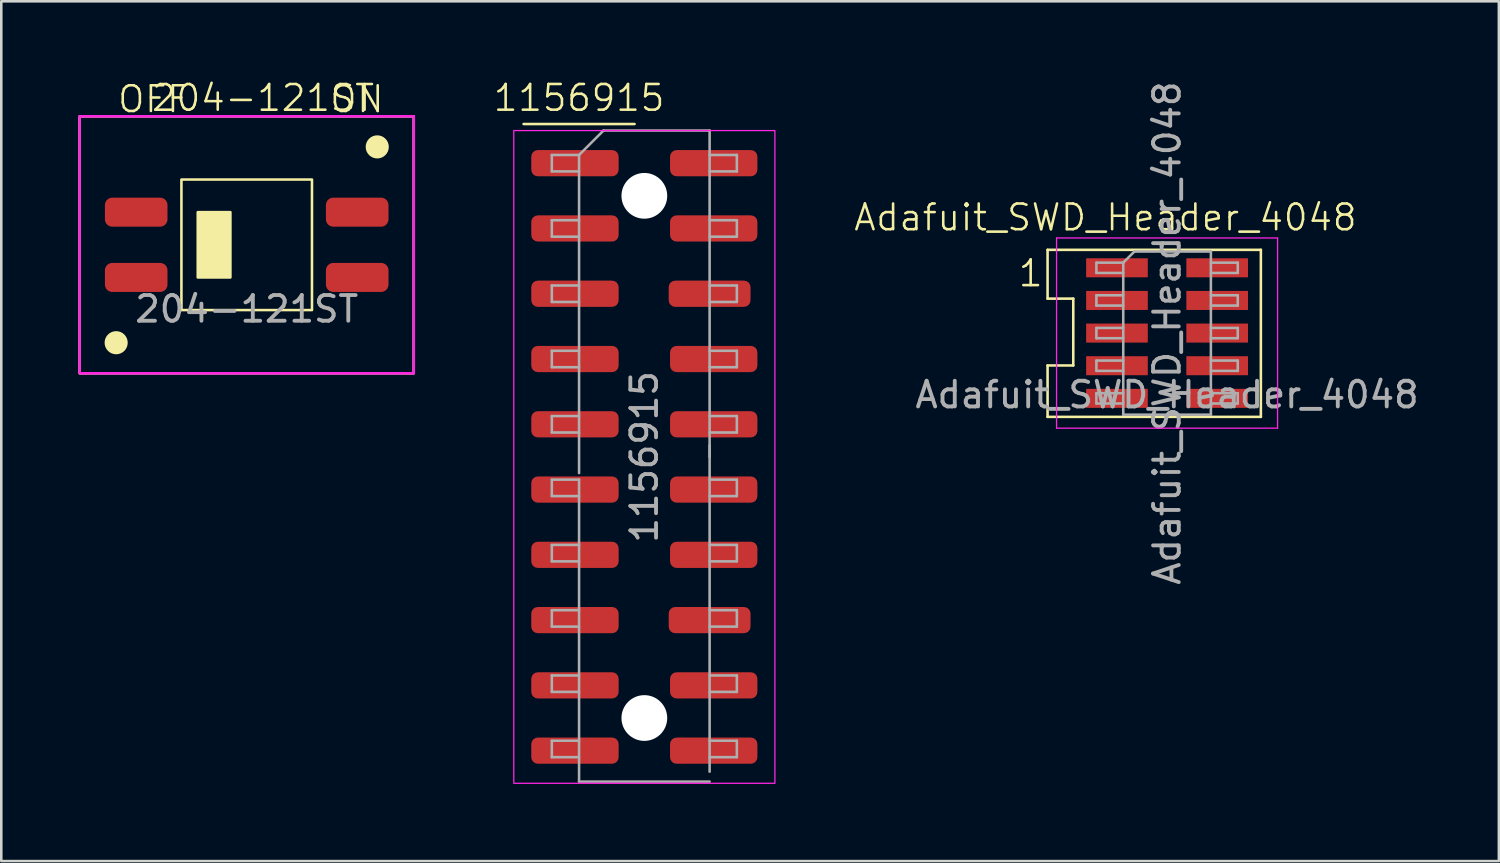
<source format=kicad_pcb>
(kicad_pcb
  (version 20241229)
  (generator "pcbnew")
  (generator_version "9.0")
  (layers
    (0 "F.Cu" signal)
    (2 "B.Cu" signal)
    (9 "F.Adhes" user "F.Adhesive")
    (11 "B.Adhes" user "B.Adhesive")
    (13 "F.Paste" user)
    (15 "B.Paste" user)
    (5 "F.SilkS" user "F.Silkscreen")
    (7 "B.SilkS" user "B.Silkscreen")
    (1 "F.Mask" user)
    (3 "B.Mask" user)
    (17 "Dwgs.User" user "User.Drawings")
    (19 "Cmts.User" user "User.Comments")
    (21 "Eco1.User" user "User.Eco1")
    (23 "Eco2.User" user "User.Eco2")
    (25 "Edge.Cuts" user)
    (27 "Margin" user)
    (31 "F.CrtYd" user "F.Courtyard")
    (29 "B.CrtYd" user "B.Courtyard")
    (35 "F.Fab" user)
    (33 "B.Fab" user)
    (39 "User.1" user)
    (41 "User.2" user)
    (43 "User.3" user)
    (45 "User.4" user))
  (footprint "Adafuit_SWD_Header_4048"
    (layer "F.Cu")
    (at 40.414 7.371)
    (property "Reference" "Adafuit_SWD_Header_4048" (at -0.45 -1.96 0) (unlocked yes) (layer "F.SilkS") (effects (font (size 1 1) (thickness 0.1))))
    (attr smd)
    (fp_line (start -2.7 -0.7) (end -2.7 1.2) (stroke (width 0.1) (type default)) (layer "F.SilkS"))
    (fp_line (start -2.7 -0.7) (end 5.6 -0.7) (stroke (width 0.1) (type solid)) (layer "F.SilkS"))
    (fp_line (start -2.7 1.2) (end -1.7 1.2) (stroke (width 0.1) (type default)) (layer "F.SilkS"))
    (fp_line (start -2.7 3.8) (end -2.7 5.8) (stroke (width 0.1) (type default)) (layer "F.SilkS"))
    (fp_line (start -2.7 5.8) (end 5.6 5.8) (stroke (width 0.1) (type default)) (layer "F.SilkS"))
    (fp_line (start -1.7 1.2) (end -1.7 3.8) (stroke (width 0.1) (type default)) (layer "F.SilkS"))
    (fp_line (start -1.7 3.8) (end -2.7 3.8) (stroke (width 0.1) (type default)) (layer "F.SilkS"))
    (fp_line (start 5.6 -0.7) (end 5.6 5.8) (stroke (width 0.1) (type default)) (layer "F.SilkS"))
    (fp_line (start -2.35 -1.16) (end -2.35 6.24) (stroke (width 0.05) (type solid)) (layer "F.CrtYd"))
    (fp_line (start -2.35 6.24) (end 6.25 6.24) (stroke (width 0.05) (type solid)) (layer "F.CrtYd"))
    (fp_line (start 6.25 -1.16) (end -2.35 -1.16) (stroke (width 0.05) (type solid)) (layer "F.CrtYd"))
    (fp_line (start 6.25 6.24) (end 6.25 -1.16) (stroke (width 0.05) (type solid)) (layer "F.CrtYd"))
    (fp_line (start -0.8 -0.2) (end -0.8 0.2) (stroke (width 0.1) (type solid)) (layer "F.Fab"))
    (fp_line (start -0.8 0.2) (end 0.245 0.2) (stroke (width 0.1) (type solid)) (layer "F.Fab"))
    (fp_line (start -0.8 1.07) (end -0.8 1.47) (stroke (width 0.1) (type solid)) (layer "F.Fab"))
    (fp_line (start -0.8 1.47) (end 0.245 1.47) (stroke (width 0.1) (type solid)) (layer "F.Fab"))
    (fp_line (start -0.8 2.34) (end -0.8 2.74) (stroke (width 0.1) (type solid)) (layer "F.Fab"))
    (fp_line (start -0.8 2.74) (end 0.245 2.74) (stroke (width 0.1) (type solid)) (layer "F.Fab"))
    (fp_line (start -0.8 3.61) (end -0.8 4.01) (stroke (width 0.1) (type solid)) (layer "F.Fab"))
    (fp_line (start -0.8 4.01) (end 0.245 4.01) (stroke (width 0.1) (type solid)) (layer "F.Fab"))
    (fp_line (start -0.8 4.88) (end -0.8 5.28) (stroke (width 0.1) (type solid)) (layer "F.Fab"))
    (fp_line (start -0.8 5.28) (end 0.245 5.28) (stroke (width 0.1) (type solid)) (layer "F.Fab"))
    (fp_line (start 0.245 -0.2) (end -0.8 -0.2) (stroke (width 0.1) (type solid)) (layer "F.Fab"))
    (fp_line (start 0.245 -0.2) (end 0.68 -0.635) (stroke (width 0.1) (type solid)) (layer "F.Fab"))
    (fp_line (start 0.245 1.07) (end -0.8 1.07) (stroke (width 0.1) (type solid)) (layer "F.Fab"))
    (fp_line (start 0.245 2.34) (end -0.8 2.34) (stroke (width 0.1) (type solid)) (layer "F.Fab"))
    (fp_line (start 0.245 3.61) (end -0.8 3.61) (stroke (width 0.1) (type solid)) (layer "F.Fab"))
    (fp_line (start 0.245 4.88) (end -0.8 4.88) (stroke (width 0.1) (type solid)) (layer "F.Fab"))
    (fp_line (start 0.245 5.715) (end 0.245 -0.2) (stroke (width 0.1) (type solid)) (layer "F.Fab"))
    (fp_line (start 0.68 -0.635) (end 3.655 -0.635) (stroke (width 0.1) (type solid)) (layer "F.Fab"))
    (fp_line (start 3.655 -0.635) (end 3.655 5.715) (stroke (width 0.1) (type solid)) (layer "F.Fab"))
    (fp_line (start 3.655 -0.2) (end 4.7 -0.2) (stroke (width 0.1) (type solid)) (layer "F.Fab"))
    (fp_line (start 3.655 1.07) (end 4.7 1.07) (stroke (width 0.1) (type solid)) (layer "F.Fab"))
    (fp_line (start 3.655 2.34) (end 4.7 2.34) (stroke (width 0.1) (type solid)) (layer "F.Fab"))
    (fp_line (start 3.655 3.61) (end 4.7 3.61) (stroke (width 0.1) (type solid)) (layer "F.Fab"))
    (fp_line (start 3.655 4.88) (end 4.7 4.88) (stroke (width 0.1) (type solid)) (layer "F.Fab"))
    (fp_line (start 3.655 5.715) (end 0.245 5.715) (stroke (width 0.1) (type solid)) (layer "F.Fab"))
    (fp_line (start 4.7 -0.2) (end 4.7 0.2) (stroke (width 0.1) (type solid)) (layer "F.Fab"))
    (fp_line (start 4.7 0.2) (end 3.655 0.2) (stroke (width 0.1) (type solid)) (layer "F.Fab"))
    (fp_line (start 4.7 1.07) (end 4.7 1.47) (stroke (width 0.1) (type solid)) (layer "F.Fab"))
    (fp_line (start 4.7 1.47) (end 3.655 1.47) (stroke (width 0.1) (type solid)) (layer "F.Fab"))
    (fp_line (start 4.7 2.34) (end 4.7 2.74) (stroke (width 0.1) (type solid)) (layer "F.Fab"))
    (fp_line (start 4.7 2.74) (end 3.655 2.74) (stroke (width 0.1) (type solid)) (layer "F.Fab"))
    (fp_line (start 4.7 3.61) (end 4.7 4.01) (stroke (width 0.1) (type solid)) (layer "F.Fab"))
    (fp_line (start 4.7 4.01) (end 3.655 4.01) (stroke (width 0.1) (type solid)) (layer "F.Fab"))
    (fp_line (start 4.7 4.88) (end 4.7 5.28) (stroke (width 0.1) (type solid)) (layer "F.Fab"))
    (fp_line (start 4.7 5.28) (end 3.655 5.28) (stroke (width 0.1) (type solid)) (layer "F.Fab"))
    (fp_text user "1" (at -3.9 0.8 0) (unlocked yes) (layer "F.SilkS") (effects (font (size 1 1) (thickness 0.1)) (justify left bottom)))
    (fp_text user "${REFERENCE}" (at 1.95 4.94 0) (unlocked yes) (layer "F.Fab") (effects (font (size 1 1) (thickness 0.15))))
    (fp_text user "${REFERENCE}" (at 1.95 2.54 90) (layer "F.Fab") (effects (font (size 1 1) (thickness 0.15))))
    (pad "1" smd rect (at 0 0) (size 2.4 0.74) (layers "F.Cu" "F.Mask" "F.Paste"))
    (pad "2" smd rect (at 3.9 0) (size 2.4 0.74) (layers "F.Cu" "F.Mask" "F.Paste"))
    (pad "3" smd rect (at 0 1.27) (size 2.4 0.74) (layers "F.Cu" "F.Mask" "F.Paste"))
    (pad "4" smd rect (at 3.9 1.27) (size 2.4 0.74) (layers "F.Cu" "F.Mask" "F.Paste"))
    (pad "5" smd rect (at 0 2.54) (size 2.4 0.74) (layers "F.Cu" "F.Mask" "F.Paste"))
    (pad "6" smd rect (at 3.9 2.54) (size 2.4 0.74) (layers "F.Cu" "F.Mask" "F.Paste"))
    (pad "7" smd rect (at 0 3.81) (size 2.4 0.74) (layers "F.Cu" "F.Mask" "F.Paste"))
    (pad "8" smd rect (at 3.9 3.81) (size 2.4 0.74) (layers "F.Cu" "F.Mask" "F.Paste"))
    (pad "9" smd rect (at 0 5.08) (size 2.4 0.74) (layers "F.Cu" "F.Mask" "F.Paste"))
    (pad "10" smd rect (at 3.9 5.08) (size 2.4 0.74) (layers "F.Cu" "F.Mask" "F.Paste")))
  (footprint "204-121ST"
    (layer "F.Cu")
    (at 6.55 6.476)
    (property "Reference" "204-121ST" (at 0.635 -5.715 0) (unlocked yes) (layer "F.SilkS") (effects (font (size 1 1) (thickness 0.1))))
    (attr smd)
    (fp_rect (start -6.5 -5) (end 6.5 5) (stroke (width 0.1) (type default)) (fill no) (layer "F.SilkS"))
    (fp_rect (start -2.54 -2.54) (end 2.54 2.54) (stroke (width 0.1) (type default)) (fill no) (layer "F.SilkS"))
    (fp_rect (start -1.905 -1.27) (end -0.635 1.27) (stroke (width 0.1) (type solid)) (fill yes) (layer "F.SilkS"))
    (fp_circle (center -5.08 3.81) (end -4.68 3.81) (stroke (width 0.1) (type solid)) (fill yes) (layer "F.SilkS"))
    (fp_circle (center 5.08 -3.81) (end 5.48 -3.81) (stroke (width 0.1) (type solid)) (fill yes) (layer "F.SilkS"))
    (fp_rect (start -6.5 -5) (end 6.5 5) (stroke (width 0.1) (type default)) (fill no) (layer "F.CrtYd"))
    (fp_text user "OFF" (at -5.08 -5.08 0) (unlocked yes) (layer "F.SilkS") (effects (font (size 1 1) (thickness 0.1)) (justify left bottom)))
    (fp_text user "ON" (at 3.175 -5.08 0) (unlocked yes) (layer "F.SilkS") (effects (font (size 1 1) (thickness 0.1)) (justify left bottom)))
    (fp_text user "${REFERENCE}" (at 0 2.5 0) (unlocked yes) (layer "F.Fab") (effects (font (size 1 1) (thickness 0.15))))
    (pad "1" smd roundrect (at -4.3 -1.27 90) (size 1.13 2.435) (layers "F.Cu" "F.Mask" "F.Paste") (roundrect_rratio 0.25))
    (pad "2" smd roundrect (at -4.3 1.27 90) (size 1.13 2.435) (layers "F.Cu" "F.Mask" "F.Paste") (roundrect_rratio 0.25))
    (pad "3" smd roundrect (at 4.3 1.27 90) (size 1.13 2.435) (layers "F.Cu" "F.Mask" "F.Paste") (roundrect_rratio 0.25))
    (pad "4" smd roundrect (at 4.3 -1.27 90) (size 1.13 2.435) (layers "F.Cu" "F.Mask" "F.Paste") (roundrect_rratio 0.25)))
  (footprint "1156915"
    (layer "F.Cu")
    (at 22.023 14.73)
    (property "Reference" "1156915" (at -2.54 -13.97 0) (unlocked yes) (layer "F.SilkS") (effects (font (size 1 1) (thickness 0.1))))
    (attr smd)
    (fp_line (start -4.699 -12.954) (end -0.381 -12.954) (stroke (width 0.1) (type default)) (layer "F.SilkS"))
    (fp_rect (start -5.08 -12.7) (end 5.08 12.7) (stroke (width 0.05) (type default)) (fill no) (layer "F.CrtYd"))
    (fp_line (start -3.6 -11.75) (end -3.6 -11.11) (stroke (width 0.1) (type solid)) (layer "F.Fab"))
    (fp_line (start -3.6 -11.11) (end -2.54 -11.11) (stroke (width 0.1) (type solid)) (layer "F.Fab"))
    (fp_line (start -3.6 -9.21) (end -3.6 -8.57) (stroke (width 0.1) (type solid)) (layer "F.Fab"))
    (fp_line (start -3.6 -8.57) (end -2.54 -8.57) (stroke (width 0.1) (type solid)) (layer "F.Fab"))
    (fp_line (start -3.6 -6.67) (end -3.6 -6.03) (stroke (width 0.1) (type solid)) (layer "F.Fab"))
    (fp_line (start -3.6 -6.03) (end -2.54 -6.03) (stroke (width 0.1) (type solid)) (layer "F.Fab"))
    (fp_line (start -3.6 -4.13) (end -3.6 -3.49) (stroke (width 0.1) (type solid)) (layer "F.Fab"))
    (fp_line (start -3.6 -3.49) (end -2.54 -3.49) (stroke (width 0.1) (type solid)) (layer "F.Fab"))
    (fp_line (start -3.6 -1.59) (end -3.6 -0.95) (stroke (width 0.1) (type solid)) (layer "F.Fab"))
    (fp_line (start -3.6 -0.95) (end -2.54 -0.95) (stroke (width 0.1) (type solid)) (layer "F.Fab"))
    (fp_line (start -3.6 0.884) (end -3.6 1.524) (stroke (width 0.1) (type solid)) (layer "F.Fab"))
    (fp_line (start -3.6 1.524) (end -2.54 1.524) (stroke (width 0.1) (type solid)) (layer "F.Fab"))
    (fp_line (start -3.6 3.424) (end -3.6 4.064) (stroke (width 0.1) (type solid)) (layer "F.Fab"))
    (fp_line (start -3.6 4.064) (end -2.54 4.064) (stroke (width 0.1) (type solid)) (layer "F.Fab"))
    (fp_line (start -3.6 5.964) (end -3.6 6.604) (stroke (width 0.1) (type solid)) (layer "F.Fab"))
    (fp_line (start -3.6 6.604) (end -2.54 6.604) (stroke (width 0.1) (type solid)) (layer "F.Fab"))
    (fp_line (start -3.6 8.504) (end -3.6 9.144) (stroke (width 0.1) (type solid)) (layer "F.Fab"))
    (fp_line (start -3.6 9.144) (end -2.54 9.144) (stroke (width 0.1) (type solid)) (layer "F.Fab"))
    (fp_line (start -3.6 11.044) (end -3.6 11.684) (stroke (width 0.1) (type solid)) (layer "F.Fab"))
    (fp_line (start -3.6 11.684) (end -2.54 11.684) (stroke (width 0.1) (type solid)) (layer "F.Fab"))
    (fp_line (start -2.54 -11.75) (end -3.6 -11.75) (stroke (width 0.1) (type solid)) (layer "F.Fab"))
    (fp_line (start -2.54 -11.75) (end -1.59 -12.7) (stroke (width 0.1) (type solid)) (layer "F.Fab"))
    (fp_line (start -2.54 -9.21) (end -3.6 -9.21) (stroke (width 0.1) (type solid)) (layer "F.Fab"))
    (fp_line (start -2.54 -6.67) (end -3.6 -6.67) (stroke (width 0.1) (type solid)) (layer "F.Fab"))
    (fp_line (start -2.54 -4.13) (end -3.6 -4.13) (stroke (width 0.1) (type solid)) (layer "F.Fab"))
    (fp_line (start -2.54 -1.59) (end -3.6 -1.59) (stroke (width 0.1) (type solid)) (layer "F.Fab"))
    (fp_line (start -2.54 0.63) (end -2.54 -11.75) (stroke (width 0.1) (type solid)) (layer "F.Fab"))
    (fp_line (start -2.54 0.884) (end -3.6 0.884) (stroke (width 0.1) (type solid)) (layer "F.Fab"))
    (fp_line (start -2.54 3.424) (end -3.6 3.424) (stroke (width 0.1) (type solid)) (layer "F.Fab"))
    (fp_line (start -2.54 5.964) (end -3.6 5.964) (stroke (width 0.1) (type solid)) (layer "F.Fab"))
    (fp_line (start -2.54 8.504) (end -3.6 8.504) (stroke (width 0.1) (type solid)) (layer "F.Fab"))
    (fp_line (start -2.54 11.044) (end -3.6 11.044) (stroke (width 0.1) (type solid)) (layer "F.Fab"))
    (fp_line (start -2.54 12.634) (end -2.54 0.884) (stroke (width 0.1) (type solid)) (layer "F.Fab"))
    (fp_line (start -1.59 -12.7) (end 2.54 -12.7) (stroke (width 0.1) (type solid)) (layer "F.Fab"))
    (fp_line (start 2.54 -12.7) (end 2.54 0) (stroke (width 0.1) (type solid)) (layer "F.Fab"))
    (fp_line (start 2.54 -11.75) (end 3.6 -11.75) (stroke (width 0.1) (type solid)) (layer "F.Fab"))
    (fp_line (start 2.54 -9.21) (end 3.6 -9.21) (stroke (width 0.1) (type solid)) (layer "F.Fab"))
    (fp_line (start 2.54 -6.67) (end 3.6 -6.67) (stroke (width 0.1) (type solid)) (layer "F.Fab"))
    (fp_line (start 2.54 -4.13) (end 3.6 -4.13) (stroke (width 0.1) (type solid)) (layer "F.Fab"))
    (fp_line (start 2.54 -1.59) (end 3.6 -1.59) (stroke (width 0.1) (type solid)) (layer "F.Fab"))
    (fp_line (start 2.54 -0.452) (end 2.54 12.248) (stroke (width 0.1) (type solid)) (layer "F.Fab"))
    (fp_line (start 2.54 0.884) (end 3.6 0.884) (stroke (width 0.1) (type solid)) (layer "F.Fab"))
    (fp_line (start 2.54 3.424) (end 3.6 3.424) (stroke (width 0.1) (type solid)) (layer "F.Fab"))
    (fp_line (start 2.54 5.964) (end 3.6 5.964) (stroke (width 0.1) (type solid)) (layer "F.Fab"))
    (fp_line (start 2.54 8.504) (end 3.6 8.504) (stroke (width 0.1) (type solid)) (layer "F.Fab"))
    (fp_line (start 2.54 11.044) (end 3.6 11.044) (stroke (width 0.1) (type solid)) (layer "F.Fab"))
    (fp_line (start 2.54 12.634) (end -2.54 12.634) (stroke (width 0.1) (type solid)) (layer "F.Fab"))
    (fp_line (start 3.6 -11.75) (end 3.6 -11.11) (stroke (width 0.1) (type solid)) (layer "F.Fab"))
    (fp_line (start 3.6 -11.11) (end 2.54 -11.11) (stroke (width 0.1) (type solid)) (layer "F.Fab"))
    (fp_line (start 3.6 -9.21) (end 3.6 -8.57) (stroke (width 0.1) (type solid)) (layer "F.Fab"))
    (fp_line (start 3.6 -8.57) (end 2.54 -8.57) (stroke (width 0.1) (type solid)) (layer "F.Fab"))
    (fp_line (start 3.6 -6.67) (end 3.6 -6.03) (stroke (width 0.1) (type solid)) (layer "F.Fab"))
    (fp_line (start 3.6 -6.03) (end 2.54 -6.03) (stroke (width 0.1) (type solid)) (layer "F.Fab"))
    (fp_line (start 3.6 -4.13) (end 3.6 -3.49) (stroke (width 0.1) (type solid)) (layer "F.Fab"))
    (fp_line (start 3.6 -3.49) (end 2.54 -3.49) (stroke (width 0.1) (type solid)) (layer "F.Fab"))
    (fp_line (start 3.6 -1.59) (end 3.6 -0.95) (stroke (width 0.1) (type solid)) (layer "F.Fab"))
    (fp_line (start 3.6 -0.95) (end 2.54 -0.95) (stroke (width 0.1) (type solid)) (layer "F.Fab"))
    (fp_line (start 3.6 0.884) (end 3.6 1.524) (stroke (width 0.1) (type solid)) (layer "F.Fab"))
    (fp_line (start 3.6 1.524) (end 2.54 1.524) (stroke (width 0.1) (type solid)) (layer "F.Fab"))
    (fp_line (start 3.6 3.424) (end 3.6 4.064) (stroke (width 0.1) (type solid)) (layer "F.Fab"))
    (fp_line (start 3.6 4.064) (end 2.54 4.064) (stroke (width 0.1) (type solid)) (layer "F.Fab"))
    (fp_line (start 3.6 5.964) (end 3.6 6.604) (stroke (width 0.1) (type solid)) (layer "F.Fab"))
    (fp_line (start 3.6 6.604) (end 2.54 6.604) (stroke (width 0.1) (type solid)) (layer "F.Fab"))
    (fp_line (start 3.6 8.504) (end 3.6 9.144) (stroke (width 0.1) (type solid)) (layer "F.Fab"))
    (fp_line (start 3.6 9.144) (end 2.54 9.144) (stroke (width 0.1) (type solid)) (layer "F.Fab"))
    (fp_line (start 3.6 11.044) (end 3.6 11.684) (stroke (width 0.1) (type solid)) (layer "F.Fab"))
    (fp_line (start 3.6 11.684) (end 2.54 11.684) (stroke (width 0.1) (type solid)) (layer "F.Fab"))
    (fp_text user "${REFERENCE}" (at 0 0 90) (layer "F.Fab") (effects (font (size 1 1) (thickness 0.15))))
    (pad "" np_thru_hole circle (at 0 -10.16 90) (size 1.78 1.78) (drill 1.78) (layers "*.Cu" "*.Mask"))
    (pad "" np_thru_hole circle (at 0 10.16 90) (size 1.78 1.78) (drill 1.78) (layers "*.Cu" "*.Mask"))
    (pad "1" smd roundrect (at -2.7 -11.43 90) (size 1.02 3.4) (layers "F.Cu" "F.Mask" "F.Paste") (roundrect_rratio 0.25))
    (pad "2" smd roundrect (at 2.7 -11.43 90) (size 1.02 3.4) (layers "F.Cu" "F.Mask" "F.Paste") (roundrect_rratio 0.25))
    (pad "3" smd roundrect (at -2.7 -8.89 90) (size 1.02 3.4) (layers "F.Cu" "F.Mask" "F.Paste") (roundrect_rratio 0.25))
    (pad "4" smd roundrect (at 2.7 -8.89 90) (size 1.02 3.4) (layers "F.Cu" "F.Mask" "F.Paste") (roundrect_rratio 0.25))
    (pad "5" smd roundrect (at -2.7 -6.35 90) (size 1.02 3.4) (layers "F.Cu" "F.Mask" "F.Paste") (roundrect_rratio 0.25))
    (pad "6" smd roundrect (at 2.54 -6.35 90) (size 1.02 3.185) (layers "F.Cu" "F.Mask" "F.Paste") (roundrect_rratio 0.25))
    (pad "7" smd roundrect (at -2.7 -3.81 90) (size 1.02 3.4) (layers "F.Cu" "F.Mask" "F.Paste") (roundrect_rratio 0.25))
    (pad "8" smd roundrect (at 2.7 -3.81 90) (size 1.02 3.4) (layers "F.Cu" "F.Mask" "F.Paste") (roundrect_rratio 0.25))
    (pad "9" smd roundrect (at -2.7 -1.27 90) (size 1.02 3.4) (layers "F.Cu" "F.Mask" "F.Paste") (roundrect_rratio 0.25))
    (pad "10" smd roundrect (at 2.7 -1.27 90) (size 1.02 3.4) (layers "F.Cu" "F.Mask" "F.Paste") (roundrect_rratio 0.25))
    (pad "11" smd roundrect (at -2.7 1.27 90) (size 1.02 3.4) (layers "F.Cu" "F.Mask" "F.Paste") (roundrect_rratio 0.25))
    (pad "12" smd roundrect (at 2.7 1.27 90) (size 1.02 3.4) (layers "F.Cu" "F.Mask" "F.Paste") (roundrect_rratio 0.25))
    (pad "13" smd roundrect (at -2.7 3.81 90) (size 1.02 3.4) (layers "F.Cu" "F.Mask" "F.Paste") (roundrect_rratio 0.25))
    (pad "14" smd roundrect (at 2.7 3.81 90) (size 1.02 3.4) (layers "F.Cu" "F.Mask" "F.Paste") (roundrect_rratio 0.25))
    (pad "15" smd roundrect (at -2.7 6.35 90) (size 1.02 3.4) (layers "F.Cu" "F.Mask" "F.Paste") (roundrect_rratio 0.25))
    (pad "16" smd roundrect (at 2.54 6.35 90) (size 1.02 3.185) (layers "F.Cu" "F.Mask" "F.Paste") (roundrect_rratio 0.25))
    (pad "17" smd roundrect (at -2.7 8.89 90) (size 1.02 3.4) (layers "F.Cu" "F.Mask" "F.Paste") (roundrect_rratio 0.25))
    (pad "18" smd roundrect (at 2.7 8.89 90) (size 1.02 3.4) (layers "F.Cu" "F.Mask" "F.Paste") (roundrect_rratio 0.25))
    (pad "19" smd roundrect (at -2.7 11.43 90) (size 1.02 3.4) (layers "F.Cu" "F.Mask" "F.Paste") (roundrect_rratio 0.25))
    (pad "20" smd roundrect (at 2.7 11.43 90) (size 1.02 3.4) (layers "F.Cu" "F.Mask" "F.Paste") (roundrect_rratio 0.25)))
  (gr_rect
    (start -3 -3)
    (end 55.275 30.456)
    (stroke (width 0.1) (type default))
    (fill no)
    (layer "Edge.Cuts")))
</source>
